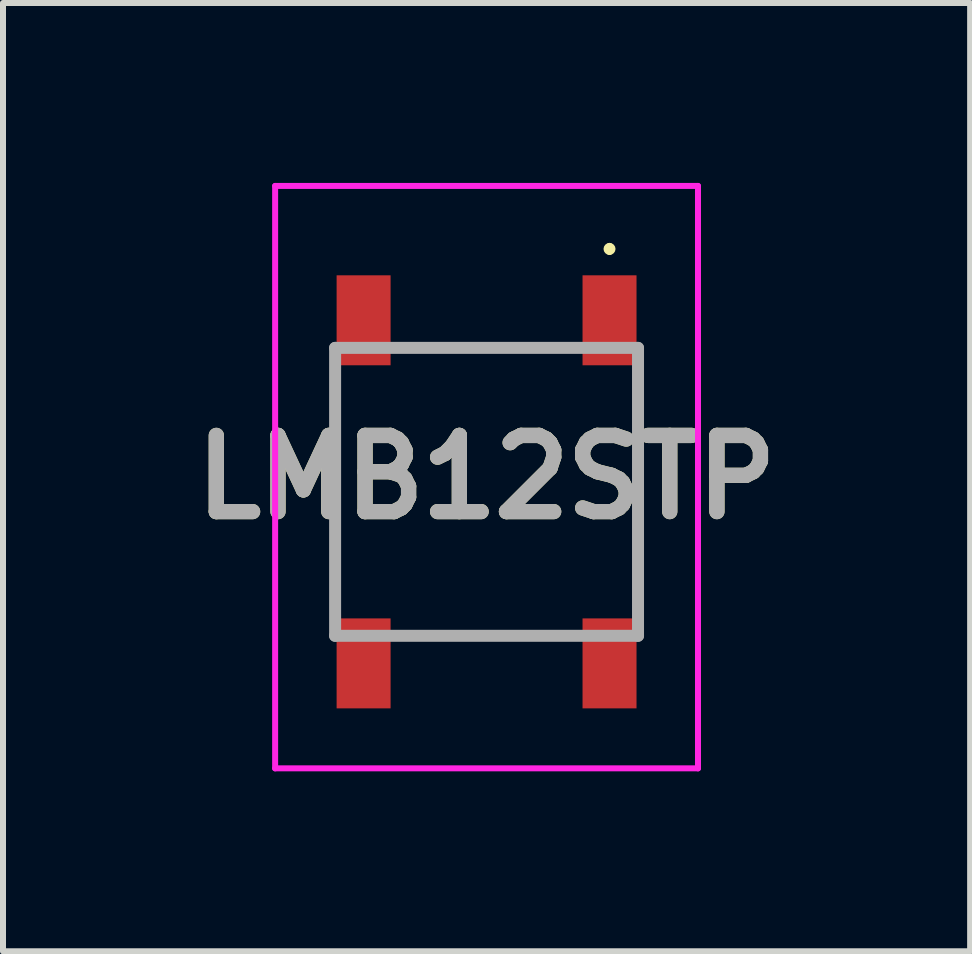
<source format=kicad_pcb>
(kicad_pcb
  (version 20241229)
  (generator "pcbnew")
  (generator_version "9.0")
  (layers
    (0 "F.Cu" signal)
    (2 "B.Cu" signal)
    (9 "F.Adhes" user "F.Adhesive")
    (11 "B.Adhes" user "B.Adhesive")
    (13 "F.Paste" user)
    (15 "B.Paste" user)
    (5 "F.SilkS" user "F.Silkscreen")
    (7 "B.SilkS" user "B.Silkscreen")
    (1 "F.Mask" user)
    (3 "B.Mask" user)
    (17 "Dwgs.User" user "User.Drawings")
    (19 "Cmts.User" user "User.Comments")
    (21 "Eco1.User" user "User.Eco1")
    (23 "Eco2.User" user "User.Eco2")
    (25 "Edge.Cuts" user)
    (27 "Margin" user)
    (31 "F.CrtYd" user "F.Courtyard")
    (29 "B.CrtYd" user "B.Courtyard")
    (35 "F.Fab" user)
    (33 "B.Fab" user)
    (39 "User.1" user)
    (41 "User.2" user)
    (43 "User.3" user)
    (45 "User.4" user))
  (footprint "LMB12STP"
    (layer "F.Cu")
    (at 5.062 5.15)
    (property "Reference" "LMB12STP" (at 0 -0.245 0) (layer "F.SilkS") (effects (font (size 1.27 1.27) (thickness 0.254))))
    (attr smd)
    (fp_line (start -2.525 -1.8) (end -2.525 1.8) (stroke (width 0.1) (type solid)) (layer "F.SilkS"))
    (fp_line (start -1.2 -2.4) (end 1.2 -2.4) (stroke (width 0.1) (type solid)) (layer "F.SilkS"))
    (fp_line (start -1.2 2.4) (end 1.2 2.4) (stroke (width 0.1) (type solid)) (layer "F.SilkS"))
    (fp_line (start 2.05 -4.1) (end 2.05 -4.1) (stroke (width 0.1) (type solid)) (layer "F.SilkS"))
    (fp_line (start 2.05 -4) (end 2.05 -4) (stroke (width 0.1) (type solid)) (layer "F.SilkS"))
    (fp_line (start 2.525 -1.8) (end 2.525 1.8) (stroke (width 0.1) (type solid)) (layer "F.SilkS"))
    (fp_arc (start 2.05 -4.1) (mid 2.1 -4.05) (end 2.05 -4) (stroke (width 0.1) (type solid)) (layer "F.SilkS"))
    (fp_arc (start 2.05 -4) (mid 2 -4.05) (end 2.05 -4.1) (stroke (width 0.1) (type solid)) (layer "F.SilkS"))
    (fp_line (start -3.525 -5.1) (end 3.525 -5.1) (stroke (width 0.1) (type solid)) (layer "F.CrtYd"))
    (fp_line (start -3.525 4.61) (end -3.525 -5.1) (stroke (width 0.1) (type solid)) (layer "F.CrtYd"))
    (fp_line (start 3.525 -5.1) (end 3.525 4.61) (stroke (width 0.1) (type solid)) (layer "F.CrtYd"))
    (fp_line (start 3.525 4.61) (end -3.525 4.61) (stroke (width 0.1) (type solid)) (layer "F.CrtYd"))
    (fp_line (start -2.525 -2.4) (end 2.525 -2.4) (stroke (width 0.2) (type solid)) (layer "F.Fab"))
    (fp_line (start -2.525 2.4) (end -2.525 -2.4) (stroke (width 0.2) (type solid)) (layer "F.Fab"))
    (fp_line (start 2.525 -2.4) (end 2.525 2.4) (stroke (width 0.2) (type solid)) (layer "F.Fab"))
    (fp_line (start 2.525 2.4) (end -2.525 2.4) (stroke (width 0.2) (type solid)) (layer "F.Fab"))
    (fp_text user "${REFERENCE}" (at 0 -0.245 0) (layer "F.Fab") (effects (font (size 1.27 1.27) (thickness 0.254))))
    (pad "1" smd rect (at 2.05 -2.86) (size 0.9 1.5) (layers "F.Cu" "F.Mask" "F.Paste"))
    (pad "2" smd rect (at 2.05 2.86) (size 0.9 1.5) (layers "F.Cu" "F.Mask" "F.Paste"))
    (pad "3" smd rect (at -2.05 2.86) (size 0.9 1.5) (layers "F.Cu" "F.Mask" "F.Paste"))
    (pad "4" smd rect (at -2.05 -2.86) (size 0.9 1.5) (layers "F.Cu" "F.Mask" "F.Paste")))
  (gr_rect
    (start -3 -3)
    (end 13.124 12.81)
    (stroke (width 0.1) (type default))
    (fill no)
    (layer "Edge.Cuts")))
</source>
